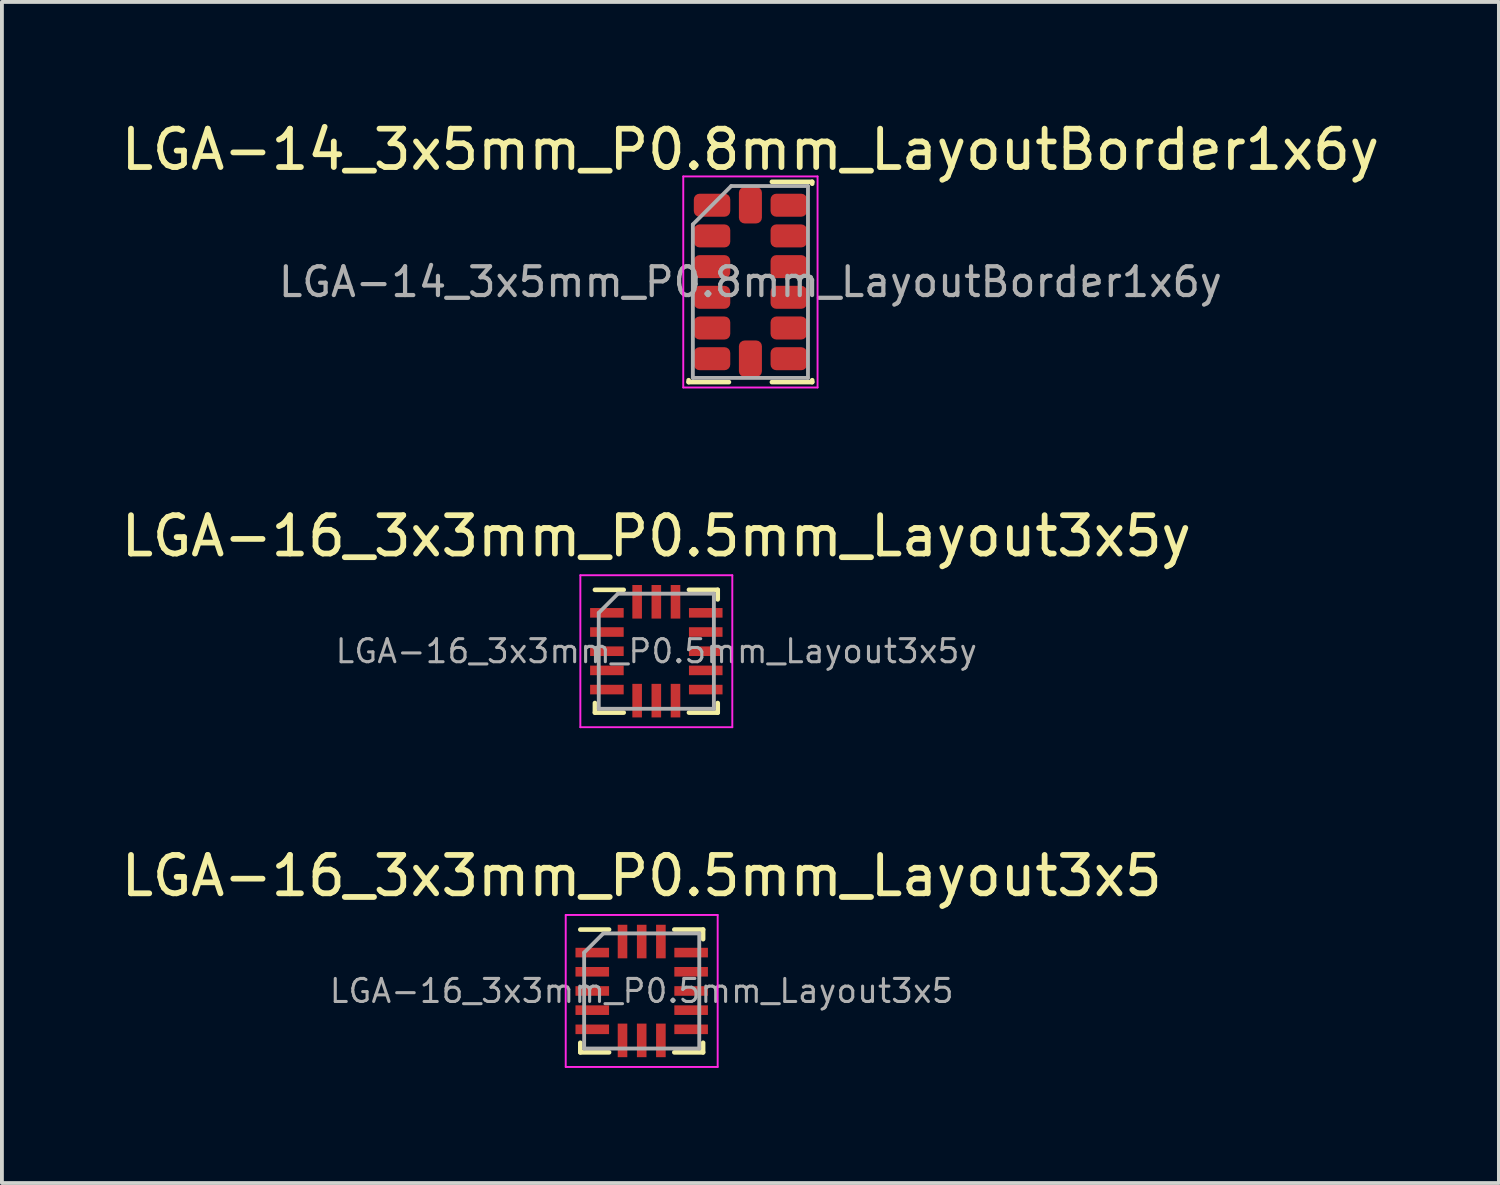
<source format=kicad_pcb>
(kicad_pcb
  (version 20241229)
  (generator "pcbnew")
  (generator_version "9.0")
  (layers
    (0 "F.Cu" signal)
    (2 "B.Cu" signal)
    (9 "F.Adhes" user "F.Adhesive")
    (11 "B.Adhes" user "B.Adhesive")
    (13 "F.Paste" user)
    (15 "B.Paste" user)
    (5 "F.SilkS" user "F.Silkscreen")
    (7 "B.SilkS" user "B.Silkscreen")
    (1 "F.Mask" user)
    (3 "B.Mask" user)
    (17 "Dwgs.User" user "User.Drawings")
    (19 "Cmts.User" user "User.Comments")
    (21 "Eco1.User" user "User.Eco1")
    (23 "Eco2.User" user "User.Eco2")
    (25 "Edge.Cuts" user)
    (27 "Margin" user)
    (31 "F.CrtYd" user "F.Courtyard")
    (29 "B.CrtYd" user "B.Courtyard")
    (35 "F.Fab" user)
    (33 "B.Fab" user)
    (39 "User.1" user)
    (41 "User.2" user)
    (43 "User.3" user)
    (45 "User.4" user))
  (footprint "LGA-16_3x3mm_P0.5mm_Layout3x5"
    (layer "F.Cu")
    (at 13.673 22.775)
    (property "Reference" "LGA-16_3x3mm_P0.5mm_Layout3x5" (at 0 -3 0) (layer "F.SilkS") (effects (font (size 1 1) (thickness 0.15))))
    (attr smd)
    (fp_line (start -1.6 1.6) (end -1.6 1.35) (stroke (width 0.12) (type solid)) (layer "F.SilkS"))
    (fp_line (start -0.85 -1.6) (end -1.6 -1.6) (stroke (width 0.12) (type solid)) (layer "F.SilkS"))
    (fp_line (start -0.85 1.6) (end -1.6 1.6) (stroke (width 0.12) (type solid)) (layer "F.SilkS"))
    (fp_line (start 0.85 -1.6) (end 1.6 -1.6) (stroke (width 0.12) (type solid)) (layer "F.SilkS"))
    (fp_line (start 1.6 -1.6) (end 1.6 -1.35) (stroke (width 0.12) (type solid)) (layer "F.SilkS"))
    (fp_line (start 1.6 1.35) (end 1.6 1.6) (stroke (width 0.12) (type solid)) (layer "F.SilkS"))
    (fp_line (start 1.6 1.6) (end 0.85 1.6) (stroke (width 0.12) (type solid)) (layer "F.SilkS"))
    (fp_line (start -1.98 -1.98) (end 1.98 -1.98) (stroke (width 0.05) (type solid)) (layer "F.CrtYd"))
    (fp_line (start -1.98 1.98) (end -1.98 -1.98) (stroke (width 0.05) (type solid)) (layer "F.CrtYd"))
    (fp_line (start 1.98 -1.98) (end 1.98 1.98) (stroke (width 0.05) (type solid)) (layer "F.CrtYd"))
    (fp_line (start 1.98 1.98) (end -1.98 1.98) (stroke (width 0.05) (type solid)) (layer "F.CrtYd"))
    (fp_line (start -1.5 -1) (end -1 -1.5) (stroke (width 0.1) (type solid)) (layer "F.Fab"))
    (fp_line (start -1.5 1.5) (end -1.5 -1) (stroke (width 0.1) (type solid)) (layer "F.Fab"))
    (fp_line (start -1 -1.5) (end 1.5 -1.5) (stroke (width 0.1) (type solid)) (layer "F.Fab"))
    (fp_line (start 1.5 -1.5) (end 1.5 1.5) (stroke (width 0.1) (type solid)) (layer "F.Fab"))
    (fp_line (start 1.5 1.5) (end -1.5 1.5) (stroke (width 0.1) (type solid)) (layer "F.Fab"))
    (fp_text user "${REFERENCE}" (at 0 0 0) (layer "F.Fab") (effects (font (size 0.6 0.6) (thickness 0.08))))
    (pad "1" smd rect (at -1.288 -1) (size 0.875 0.25) (layers "F.Cu" "F.Mask" "F.Paste"))
    (pad "2" smd rect (at -1.288 -0.5) (size 0.875 0.25) (layers "F.Cu" "F.Mask" "F.Paste"))
    (pad "3" smd rect (at -1.288 0) (size 0.875 0.25) (layers "F.Cu" "F.Mask" "F.Paste"))
    (pad "4" smd rect (at -1.288 0.5) (size 0.875 0.25) (layers "F.Cu" "F.Mask" "F.Paste"))
    (pad "5" smd rect (at -1.288 1) (size 0.875 0.25) (layers "F.Cu" "F.Mask" "F.Paste"))
    (pad "6" smd rect (at -0.5 1.288 90) (size 0.875 0.25) (layers "F.Cu" "F.Mask" "F.Paste"))
    (pad "7" smd rect (at 0 1.288 90) (size 0.875 0.25) (layers "F.Cu" "F.Mask" "F.Paste"))
    (pad "8" smd rect (at 0.5 1.288 90) (size 0.875 0.25) (layers "F.Cu" "F.Mask" "F.Paste"))
    (pad "9" smd rect (at 1.288 1) (size 0.875 0.25) (layers "F.Cu" "F.Mask" "F.Paste"))
    (pad "10" smd rect (at 1.288 0.5) (size 0.875 0.25) (layers "F.Cu" "F.Mask" "F.Paste"))
    (pad "11" smd rect (at 1.288 0) (size 0.875 0.25) (layers "F.Cu" "F.Mask" "F.Paste"))
    (pad "12" smd rect (at 1.288 -0.5) (size 0.875 0.25) (layers "F.Cu" "F.Mask" "F.Paste"))
    (pad "13" smd rect (at 1.288 -1) (size 0.875 0.25) (layers "F.Cu" "F.Mask" "F.Paste"))
    (pad "14" smd rect (at 0.5 -1.288 90) (size 0.875 0.25) (layers "F.Cu" "F.Mask" "F.Paste"))
    (pad "15" smd rect (at 0 -1.288 90) (size 0.875 0.25) (layers "F.Cu" "F.Mask" "F.Paste"))
    (pad "16" smd rect (at -0.5 -1.288 90) (size 0.875 0.25) (layers "F.Cu" "F.Mask" "F.Paste")))
  (footprint "LGA-14_3x5mm_P0.8mm_LayoutBorder1x6y"
    (layer "F.Cu")
    (at 16.506 4.298)
    (property "Reference" "LGA-14_3x5mm_P0.8mm_LayoutBorder1x6y" (at 0 -3.45 0) (layer "F.SilkS") (effects (font (size 1 1) (thickness 0.15))))
    (attr smd)
    (fp_line (start -1.61 2.61) (end -1.61 2.56) (stroke (width 0.12) (type solid)) (layer "F.SilkS"))
    (fp_line (start -0.56 2.61) (end -1.61 2.61) (stroke (width 0.12) (type solid)) (layer "F.SilkS"))
    (fp_line (start 0.56 -2.61) (end 1.61 -2.61) (stroke (width 0.12) (type solid)) (layer "F.SilkS"))
    (fp_line (start 0.56 2.61) (end 1.61 2.61) (stroke (width 0.12) (type solid)) (layer "F.SilkS"))
    (fp_line (start 1.61 -2.61) (end 1.61 -2.56) (stroke (width 0.12) (type solid)) (layer "F.SilkS"))
    (fp_line (start 1.61 2.61) (end 1.61 2.56) (stroke (width 0.12) (type solid)) (layer "F.SilkS"))
    (fp_line (start -1.75 -2.75) (end -1.75 2.75) (stroke (width 0.05) (type solid)) (layer "F.CrtYd"))
    (fp_line (start -1.75 2.75) (end 1.75 2.75) (stroke (width 0.05) (type solid)) (layer "F.CrtYd"))
    (fp_line (start 1.75 -2.75) (end -1.75 -2.75) (stroke (width 0.05) (type solid)) (layer "F.CrtYd"))
    (fp_line (start 1.75 2.75) (end 1.75 -2.75) (stroke (width 0.05) (type solid)) (layer "F.CrtYd"))
    (fp_line (start -1.5 -1.5) (end -0.5 -2.5) (stroke (width 0.1) (type solid)) (layer "F.Fab"))
    (fp_line (start -1.5 2.5) (end -1.5 -1.5) (stroke (width 0.1) (type solid)) (layer "F.Fab"))
    (fp_line (start -0.5 -2.5) (end 1.5 -2.5) (stroke (width 0.1) (type solid)) (layer "F.Fab"))
    (fp_line (start 1.5 -2.5) (end 1.5 2.5) (stroke (width 0.1) (type solid)) (layer "F.Fab"))
    (fp_line (start 1.5 2.5) (end -1.5 2.5) (stroke (width 0.1) (type solid)) (layer "F.Fab"))
    (fp_text user "${REFERENCE}" (at 0 0 0) (layer "F.Fab") (effects (font (size 0.75 0.75) (thickness 0.11))))
    (pad "1" smd roundrect (at -1 -2) (size 0.95 0.6) (layers "F.Cu" "F.Mask" "F.Paste") (roundrect_rratio 0.25))
    (pad "2" smd roundrect (at -1 -1.2) (size 0.95 0.6) (layers "F.Cu" "F.Mask" "F.Paste") (roundrect_rratio 0.25))
    (pad "3" smd roundrect (at -1 -0.4) (size 0.95 0.6) (layers "F.Cu" "F.Mask" "F.Paste") (roundrect_rratio 0.25))
    (pad "4" smd roundrect (at -1 0.4) (size 0.95 0.6) (layers "F.Cu" "F.Mask" "F.Paste") (roundrect_rratio 0.25))
    (pad "5" smd roundrect (at -1 1.2) (size 0.95 0.6) (layers "F.Cu" "F.Mask" "F.Paste") (roundrect_rratio 0.25))
    (pad "6" smd roundrect (at -1 2) (size 0.95 0.6) (layers "F.Cu" "F.Mask" "F.Paste") (roundrect_rratio 0.25))
    (pad "7" smd roundrect (at 0 2) (size 0.6 0.95) (layers "F.Cu" "F.Mask" "F.Paste") (roundrect_rratio 0.25))
    (pad "8" smd roundrect (at 1 2) (size 0.95 0.6) (layers "F.Cu" "F.Mask" "F.Paste") (roundrect_rratio 0.25))
    (pad "9" smd roundrect (at 1 1.2) (size 0.95 0.6) (layers "F.Cu" "F.Mask" "F.Paste") (roundrect_rratio 0.25))
    (pad "10" smd roundrect (at 1 0.4) (size 0.95 0.6) (layers "F.Cu" "F.Mask" "F.Paste") (roundrect_rratio 0.25))
    (pad "11" smd roundrect (at 1 -0.4) (size 0.95 0.6) (layers "F.Cu" "F.Mask" "F.Paste") (roundrect_rratio 0.25))
    (pad "12" smd roundrect (at 1 -1.2) (size 0.95 0.6) (layers "F.Cu" "F.Mask" "F.Paste") (roundrect_rratio 0.25))
    (pad "13" smd roundrect (at 1 -2) (size 0.95 0.6) (layers "F.Cu" "F.Mask" "F.Paste") (roundrect_rratio 0.25))
    (pad "14" smd roundrect (at 0 -2) (size 0.6 0.95) (layers "F.Cu" "F.Mask" "F.Paste") (roundrect_rratio 0.25)))
  (footprint "LGA-16_3x3mm_P0.5mm_Layout3x5y"
    (layer "F.Cu")
    (at 14.054 13.921)
    (property "Reference" "LGA-16_3x3mm_P0.5mm_Layout3x5y" (at 0 -3 0) (layer "F.SilkS") (effects (font (size 1 1) (thickness 0.15))))
    (attr smd)
    (fp_line (start -1.6 1.6) (end -1.6 1.35) (stroke (width 0.12) (type solid)) (layer "F.SilkS"))
    (fp_line (start -0.85 -1.6) (end -1.6 -1.6) (stroke (width 0.12) (type solid)) (layer "F.SilkS"))
    (fp_line (start -0.85 1.6) (end -1.6 1.6) (stroke (width 0.12) (type solid)) (layer "F.SilkS"))
    (fp_line (start 0.85 -1.6) (end 1.6 -1.6) (stroke (width 0.12) (type solid)) (layer "F.SilkS"))
    (fp_line (start 1.6 -1.6) (end 1.6 -1.35) (stroke (width 0.12) (type solid)) (layer "F.SilkS"))
    (fp_line (start 1.6 1.35) (end 1.6 1.6) (stroke (width 0.12) (type solid)) (layer "F.SilkS"))
    (fp_line (start 1.6 1.6) (end 0.85 1.6) (stroke (width 0.12) (type solid)) (layer "F.SilkS"))
    (fp_line (start -1.98 -1.98) (end 1.98 -1.98) (stroke (width 0.05) (type solid)) (layer "F.CrtYd"))
    (fp_line (start -1.98 1.98) (end -1.98 -1.98) (stroke (width 0.05) (type solid)) (layer "F.CrtYd"))
    (fp_line (start 1.98 -1.98) (end 1.98 1.98) (stroke (width 0.05) (type solid)) (layer "F.CrtYd"))
    (fp_line (start 1.98 1.98) (end -1.98 1.98) (stroke (width 0.05) (type solid)) (layer "F.CrtYd"))
    (fp_line (start -1.5 -1) (end -1 -1.5) (stroke (width 0.1) (type solid)) (layer "F.Fab"))
    (fp_line (start -1.5 1.5) (end -1.5 -1) (stroke (width 0.1) (type solid)) (layer "F.Fab"))
    (fp_line (start -1 -1.5) (end 1.5 -1.5) (stroke (width 0.1) (type solid)) (layer "F.Fab"))
    (fp_line (start 1.5 -1.5) (end 1.5 1.5) (stroke (width 0.1) (type solid)) (layer "F.Fab"))
    (fp_line (start 1.5 1.5) (end -1.5 1.5) (stroke (width 0.1) (type solid)) (layer "F.Fab"))
    (fp_text user "${REFERENCE}" (at 0 0 0) (layer "F.Fab") (effects (font (size 0.6 0.6) (thickness 0.08))))
    (pad "1" smd rect (at -1.288 -1) (size 0.875 0.25) (layers "F.Cu" "F.Mask" "F.Paste"))
    (pad "2" smd rect (at -1.288 -0.5) (size 0.875 0.25) (layers "F.Cu" "F.Mask" "F.Paste"))
    (pad "3" smd rect (at -1.288 0) (size 0.875 0.25) (layers "F.Cu" "F.Mask" "F.Paste"))
    (pad "4" smd rect (at -1.288 0.5) (size 0.875 0.25) (layers "F.Cu" "F.Mask" "F.Paste"))
    (pad "5" smd rect (at -1.288 1) (size 0.875 0.25) (layers "F.Cu" "F.Mask" "F.Paste"))
    (pad "6" smd rect (at -0.5 1.288 90) (size 0.875 0.25) (layers "F.Cu" "F.Mask" "F.Paste"))
    (pad "7" smd rect (at 0 1.288 90) (size 0.875 0.25) (layers "F.Cu" "F.Mask" "F.Paste"))
    (pad "8" smd rect (at 0.5 1.288 90) (size 0.875 0.25) (layers "F.Cu" "F.Mask" "F.Paste"))
    (pad "9" smd rect (at 1.288 1) (size 0.875 0.25) (layers "F.Cu" "F.Mask" "F.Paste"))
    (pad "10" smd rect (at 1.288 0.5) (size 0.875 0.25) (layers "F.Cu" "F.Mask" "F.Paste"))
    (pad "11" smd rect (at 1.288 0) (size 0.875 0.25) (layers "F.Cu" "F.Mask" "F.Paste"))
    (pad "12" smd rect (at 1.288 -0.5) (size 0.875 0.25) (layers "F.Cu" "F.Mask" "F.Paste"))
    (pad "13" smd rect (at 1.288 -1) (size 0.875 0.25) (layers "F.Cu" "F.Mask" "F.Paste"))
    (pad "14" smd rect (at 0.5 -1.288 90) (size 0.875 0.25) (layers "F.Cu" "F.Mask" "F.Paste"))
    (pad "15" smd rect (at 0 -1.288 90) (size 0.875 0.25) (layers "F.Cu" "F.Mask" "F.Paste"))
    (pad "16" smd rect (at -0.5 -1.288 90) (size 0.875 0.25) (layers "F.Cu" "F.Mask" "F.Paste")))
  (gr_rect
    (start -3 -3)
    (end 36.012 27.78)
    (stroke (width 0.1) (type default))
    (fill no)
    (layer "Edge.Cuts")))
</source>
